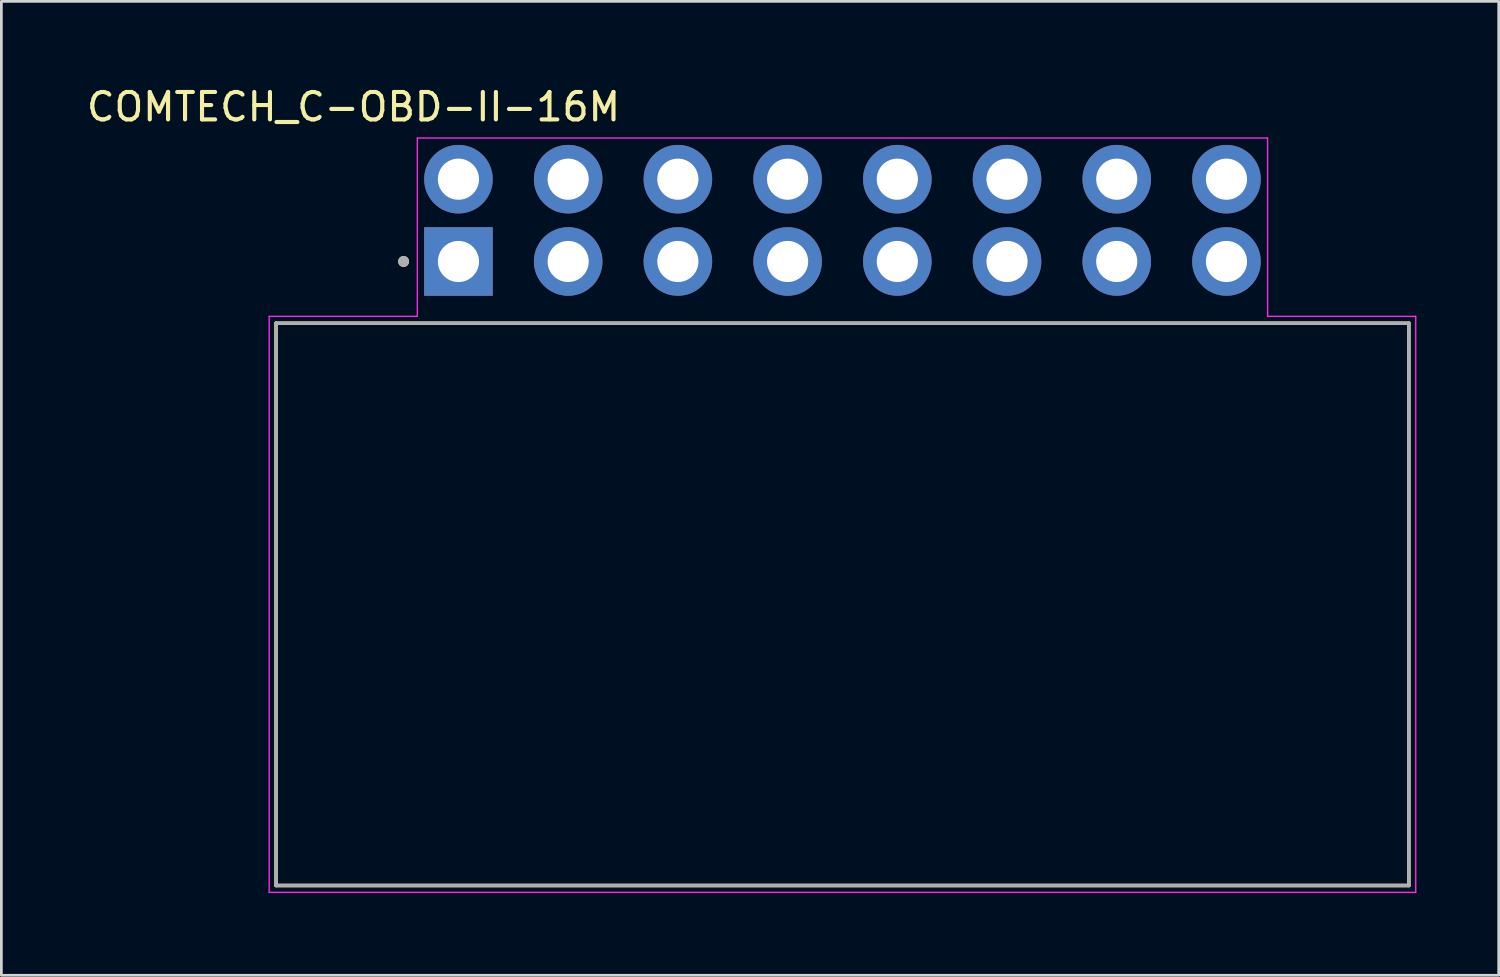
<source format=kicad_pcb>
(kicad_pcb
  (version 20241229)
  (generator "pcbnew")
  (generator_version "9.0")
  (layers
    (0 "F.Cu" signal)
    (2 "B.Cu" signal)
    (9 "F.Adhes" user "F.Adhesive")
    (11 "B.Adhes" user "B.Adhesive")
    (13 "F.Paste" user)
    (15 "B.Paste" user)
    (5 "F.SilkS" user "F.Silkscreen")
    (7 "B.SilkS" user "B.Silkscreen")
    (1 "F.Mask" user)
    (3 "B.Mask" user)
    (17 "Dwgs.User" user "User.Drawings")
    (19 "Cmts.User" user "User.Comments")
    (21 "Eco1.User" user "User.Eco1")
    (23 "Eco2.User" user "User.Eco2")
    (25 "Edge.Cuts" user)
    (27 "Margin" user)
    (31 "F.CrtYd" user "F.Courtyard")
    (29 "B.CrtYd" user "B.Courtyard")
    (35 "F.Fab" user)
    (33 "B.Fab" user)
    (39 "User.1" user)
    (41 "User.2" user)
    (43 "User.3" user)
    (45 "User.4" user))
  (footprint "COMTECH_C-OBD-II-16M"
    (layer "F.Cu")
    (at 13.664 6.483)
    (property "Reference" "COMTECH_C-OBD-II-16M" (at -3.825 -5.635 0) (layer "F.SilkS") (effects (font (size 1 1) (thickness 0.15))))
    (attr through_hole)
    (fp_line (start -6.65 2.25) (end 34.65 2.25) (stroke (width 0.127) (type solid)) (layer "F.SilkS"))
    (fp_line (start -6.65 22.75) (end -6.65 2.25) (stroke (width 0.127) (type solid)) (layer "F.SilkS"))
    (fp_line (start 34.65 2.25) (end 34.65 22.75) (stroke (width 0.127) (type solid)) (layer "F.SilkS"))
    (fp_line (start 34.65 22.75) (end -6.65 22.75) (stroke (width 0.127) (type solid)) (layer "F.SilkS"))
    (fp_circle (center -2 0) (end -1.9 0) (stroke (width 0.2) (type solid)) (fill no) (layer "F.SilkS"))
    (fp_line (start -6.9 2) (end -6.9 23) (stroke (width 0.05) (type solid)) (layer "F.CrtYd"))
    (fp_line (start -6.9 23) (end 34.9 23) (stroke (width 0.05) (type solid)) (layer "F.CrtYd"))
    (fp_line (start -1.5 -4.5) (end -1.5 2) (stroke (width 0.05) (type solid)) (layer "F.CrtYd"))
    (fp_line (start -1.5 2) (end -6.9 2) (stroke (width 0.05) (type solid)) (layer "F.CrtYd"))
    (fp_line (start 29.5 -4.5) (end -1.5 -4.5) (stroke (width 0.05) (type solid)) (layer "F.CrtYd"))
    (fp_line (start 29.5 2) (end 29.5 -4.5) (stroke (width 0.05) (type solid)) (layer "F.CrtYd"))
    (fp_line (start 34.9 2) (end 29.5 2) (stroke (width 0.05) (type solid)) (layer "F.CrtYd"))
    (fp_line (start 34.9 23) (end 34.9 2) (stroke (width 0.05) (type solid)) (layer "F.CrtYd"))
    (fp_line (start -6.65 2.25) (end 34.65 2.25) (stroke (width 0.127) (type solid)) (layer "F.Fab"))
    (fp_line (start -6.65 22.75) (end -6.65 2.25) (stroke (width 0.127) (type solid)) (layer "F.Fab"))
    (fp_line (start 34.65 2.25) (end 34.65 22.75) (stroke (width 0.127) (type solid)) (layer "F.Fab"))
    (fp_line (start 34.65 22.75) (end -6.65 22.75) (stroke (width 0.127) (type solid)) (layer "F.Fab"))
    (fp_circle (center -2 0) (end -1.9 0) (stroke (width 0.2) (type solid)) (fill no) (layer "F.Fab"))
    (pad "1" thru_hole rect (at 0 0) (size 2.5 2.5) (drill 1.5) (layers "*.Cu" "*.Mask"))
    (pad "2" thru_hole circle (at 4 0) (size 2.5 2.5) (drill 1.5) (layers "*.Cu" "*.Mask"))
    (pad "3" thru_hole circle (at 8 0) (size 2.5 2.5) (drill 1.5) (layers "*.Cu" "*.Mask"))
    (pad "4" thru_hole circle (at 12 0) (size 2.5 2.5) (drill 1.5) (layers "*.Cu" "*.Mask"))
    (pad "5" thru_hole circle (at 16 0) (size 2.5 2.5) (drill 1.5) (layers "*.Cu" "*.Mask"))
    (pad "6" thru_hole circle (at 20 0) (size 2.5 2.5) (drill 1.5) (layers "*.Cu" "*.Mask"))
    (pad "7" thru_hole circle (at 24 0) (size 2.5 2.5) (drill 1.5) (layers "*.Cu" "*.Mask"))
    (pad "8" thru_hole circle (at 28 0) (size 2.5 2.5) (drill 1.5) (layers "*.Cu" "*.Mask"))
    (pad "9" thru_hole circle (at 0 -3) (size 2.5 2.5) (drill 1.5) (layers "*.Cu" "*.Mask"))
    (pad "10" thru_hole circle (at 4 -3) (size 2.5 2.5) (drill 1.5) (layers "*.Cu" "*.Mask"))
    (pad "11" thru_hole circle (at 8 -3) (size 2.5 2.5) (drill 1.5) (layers "*.Cu" "*.Mask"))
    (pad "12" thru_hole circle (at 12 -3) (size 2.5 2.5) (drill 1.5) (layers "*.Cu" "*.Mask"))
    (pad "13" thru_hole circle (at 16 -3) (size 2.5 2.5) (drill 1.5) (layers "*.Cu" "*.Mask"))
    (pad "14" thru_hole circle (at 20 -3) (size 2.5 2.5) (drill 1.5) (layers "*.Cu" "*.Mask"))
    (pad "15" thru_hole circle (at 24 -3) (size 2.5 2.5) (drill 1.5) (layers "*.Cu" "*.Mask"))
    (pad "16" thru_hole circle (at 28 -3) (size 2.5 2.5) (drill 1.5) (layers "*.Cu" "*.Mask")))
  (gr_rect
    (start -3 -3)
    (end 51.589 32.508)
    (stroke (width 0.1) (type default))
    (fill no)
    (layer "Edge.Cuts")))
</source>
